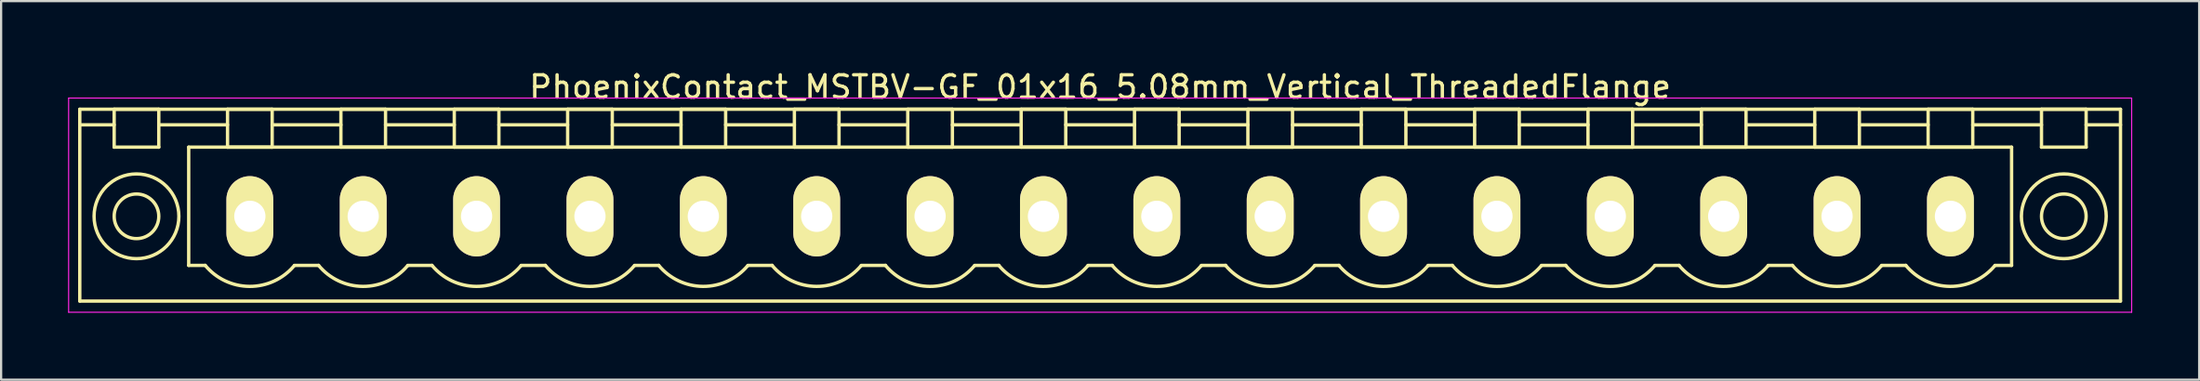
<source format=kicad_pcb>
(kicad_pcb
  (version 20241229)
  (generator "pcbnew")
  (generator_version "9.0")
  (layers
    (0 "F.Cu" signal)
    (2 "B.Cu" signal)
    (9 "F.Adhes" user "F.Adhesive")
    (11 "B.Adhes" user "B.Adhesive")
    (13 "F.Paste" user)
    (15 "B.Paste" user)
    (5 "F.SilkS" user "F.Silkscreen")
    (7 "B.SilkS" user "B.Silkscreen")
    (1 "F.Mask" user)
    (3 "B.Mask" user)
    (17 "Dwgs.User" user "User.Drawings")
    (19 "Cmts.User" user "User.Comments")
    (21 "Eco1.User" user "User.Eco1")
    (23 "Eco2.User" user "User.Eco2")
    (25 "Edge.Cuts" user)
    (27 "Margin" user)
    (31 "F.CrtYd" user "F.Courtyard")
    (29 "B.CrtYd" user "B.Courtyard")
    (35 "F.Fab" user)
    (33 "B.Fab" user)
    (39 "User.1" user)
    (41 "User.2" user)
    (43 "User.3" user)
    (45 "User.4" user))
  (footprint "PhoenixContact_MSTBV-GF_01x16_5.08mm_Vertical_ThreadedFlange"
    (layer "F.Cu")
    (at 8.145 6.648)
    (property "Reference" "PhoenixContact_MSTBV-GF_01x16_5.08mm_Vertical_ThreadedFlange" (at 38.1 -5.8 0) (layer "F.SilkS") (effects (font (size 1 1) (thickness 0.15))))
    (attr through_hole)
    (fp_line (start -7.62 -4.8) (end -7.62 3.8) (stroke (width 0.15) (type solid)) (layer "F.SilkS"))
    (fp_line (start -7.62 -4.1) (end -6.08 -4.1) (stroke (width 0.15) (type solid)) (layer "F.SilkS"))
    (fp_line (start -7.62 3.8) (end 83.82 3.8) (stroke (width 0.15) (type solid)) (layer "F.SilkS"))
    (fp_line (start -6.08 -4.8) (end -4.08 -4.8) (stroke (width 0.15) (type solid)) (layer "F.SilkS"))
    (fp_line (start -6.08 -3.1) (end -6.08 -4.8) (stroke (width 0.15) (type solid)) (layer "F.SilkS"))
    (fp_line (start -4.08 -4.8) (end -4.08 -3.1) (stroke (width 0.15) (type solid)) (layer "F.SilkS"))
    (fp_line (start -4.08 -4.1) (end -1 -4.1) (stroke (width 0.15) (type solid)) (layer "F.SilkS"))
    (fp_line (start -4.08 -3.1) (end -6.08 -3.1) (stroke (width 0.15) (type solid)) (layer "F.SilkS"))
    (fp_line (start -2.74 -3.1) (end 78.94 -3.1) (stroke (width 0.15) (type solid)) (layer "F.SilkS"))
    (fp_line (start -2.74 2.2) (end -2.74 -3.1) (stroke (width 0.15) (type solid)) (layer "F.SilkS"))
    (fp_line (start -2 2.2) (end -2.74 2.2) (stroke (width 0.15) (type solid)) (layer "F.SilkS"))
    (fp_line (start -1 -4.8) (end 1 -4.8) (stroke (width 0.15) (type solid)) (layer "F.SilkS"))
    (fp_line (start -1 -3.1) (end -1 -4.8) (stroke (width 0.15) (type solid)) (layer "F.SilkS"))
    (fp_line (start 1 -4.8) (end 1 -3.1) (stroke (width 0.15) (type solid)) (layer "F.SilkS"))
    (fp_line (start 1 -4.1) (end 4.08 -4.1) (stroke (width 0.15) (type solid)) (layer "F.SilkS"))
    (fp_line (start 1 -3.1) (end -1 -3.1) (stroke (width 0.15) (type solid)) (layer "F.SilkS"))
    (fp_line (start 2 2.2) (end 3.08 2.2) (stroke (width 0.15) (type solid)) (layer "F.SilkS"))
    (fp_line (start 4.08 -4.8) (end 6.08 -4.8) (stroke (width 0.15) (type solid)) (layer "F.SilkS"))
    (fp_line (start 4.08 -3.1) (end 4.08 -4.8) (stroke (width 0.15) (type solid)) (layer "F.SilkS"))
    (fp_line (start 6.08 -4.8) (end 6.08 -3.1) (stroke (width 0.15) (type solid)) (layer "F.SilkS"))
    (fp_line (start 6.08 -4.1) (end 9.16 -4.1) (stroke (width 0.15) (type solid)) (layer "F.SilkS"))
    (fp_line (start 6.08 -3.1) (end 4.08 -3.1) (stroke (width 0.15) (type solid)) (layer "F.SilkS"))
    (fp_line (start 7.08 2.2) (end 8.16 2.2) (stroke (width 0.15) (type solid)) (layer "F.SilkS"))
    (fp_line (start 9.16 -4.8) (end 11.16 -4.8) (stroke (width 0.15) (type solid)) (layer "F.SilkS"))
    (fp_line (start 9.16 -3.1) (end 9.16 -4.8) (stroke (width 0.15) (type solid)) (layer "F.SilkS"))
    (fp_line (start 11.16 -4.8) (end 11.16 -3.1) (stroke (width 0.15) (type solid)) (layer "F.SilkS"))
    (fp_line (start 11.16 -4.1) (end 14.24 -4.1) (stroke (width 0.15) (type solid)) (layer "F.SilkS"))
    (fp_line (start 11.16 -3.1) (end 9.16 -3.1) (stroke (width 0.15) (type solid)) (layer "F.SilkS"))
    (fp_line (start 12.16 2.2) (end 13.24 2.2) (stroke (width 0.15) (type solid)) (layer "F.SilkS"))
    (fp_line (start 14.24 -4.8) (end 16.24 -4.8) (stroke (width 0.15) (type solid)) (layer "F.SilkS"))
    (fp_line (start 14.24 -3.1) (end 14.24 -4.8) (stroke (width 0.15) (type solid)) (layer "F.SilkS"))
    (fp_line (start 16.24 -4.8) (end 16.24 -3.1) (stroke (width 0.15) (type solid)) (layer "F.SilkS"))
    (fp_line (start 16.24 -4.1) (end 19.32 -4.1) (stroke (width 0.15) (type solid)) (layer "F.SilkS"))
    (fp_line (start 16.24 -3.1) (end 14.24 -3.1) (stroke (width 0.15) (type solid)) (layer "F.SilkS"))
    (fp_line (start 17.24 2.2) (end 18.32 2.2) (stroke (width 0.15) (type solid)) (layer "F.SilkS"))
    (fp_line (start 19.32 -4.8) (end 21.32 -4.8) (stroke (width 0.15) (type solid)) (layer "F.SilkS"))
    (fp_line (start 19.32 -3.1) (end 19.32 -4.8) (stroke (width 0.15) (type solid)) (layer "F.SilkS"))
    (fp_line (start 21.32 -4.8) (end 21.32 -3.1) (stroke (width 0.15) (type solid)) (layer "F.SilkS"))
    (fp_line (start 21.32 -4.1) (end 24.4 -4.1) (stroke (width 0.15) (type solid)) (layer "F.SilkS"))
    (fp_line (start 21.32 -3.1) (end 19.32 -3.1) (stroke (width 0.15) (type solid)) (layer "F.SilkS"))
    (fp_line (start 22.32 2.2) (end 23.4 2.2) (stroke (width 0.15) (type solid)) (layer "F.SilkS"))
    (fp_line (start 24.4 -4.8) (end 26.4 -4.8) (stroke (width 0.15) (type solid)) (layer "F.SilkS"))
    (fp_line (start 24.4 -3.1) (end 24.4 -4.8) (stroke (width 0.15) (type solid)) (layer "F.SilkS"))
    (fp_line (start 26.4 -4.8) (end 26.4 -3.1) (stroke (width 0.15) (type solid)) (layer "F.SilkS"))
    (fp_line (start 26.4 -4.1) (end 29.48 -4.1) (stroke (width 0.15) (type solid)) (layer "F.SilkS"))
    (fp_line (start 26.4 -3.1) (end 24.4 -3.1) (stroke (width 0.15) (type solid)) (layer "F.SilkS"))
    (fp_line (start 27.4 2.2) (end 28.48 2.2) (stroke (width 0.15) (type solid)) (layer "F.SilkS"))
    (fp_line (start 29.48 -4.8) (end 31.48 -4.8) (stroke (width 0.15) (type solid)) (layer "F.SilkS"))
    (fp_line (start 29.48 -3.1) (end 29.48 -4.8) (stroke (width 0.15) (type solid)) (layer "F.SilkS"))
    (fp_line (start 31.48 -4.8) (end 31.48 -3.1) (stroke (width 0.15) (type solid)) (layer "F.SilkS"))
    (fp_line (start 31.48 -4.1) (end 34.56 -4.1) (stroke (width 0.15) (type solid)) (layer "F.SilkS"))
    (fp_line (start 31.48 -3.1) (end 29.48 -3.1) (stroke (width 0.15) (type solid)) (layer "F.SilkS"))
    (fp_line (start 32.48 2.2) (end 33.56 2.2) (stroke (width 0.15) (type solid)) (layer "F.SilkS"))
    (fp_line (start 34.56 -4.8) (end 36.56 -4.8) (stroke (width 0.15) (type solid)) (layer "F.SilkS"))
    (fp_line (start 34.56 -3.1) (end 34.56 -4.8) (stroke (width 0.15) (type solid)) (layer "F.SilkS"))
    (fp_line (start 36.56 -4.8) (end 36.56 -3.1) (stroke (width 0.15) (type solid)) (layer "F.SilkS"))
    (fp_line (start 36.56 -4.1) (end 39.64 -4.1) (stroke (width 0.15) (type solid)) (layer "F.SilkS"))
    (fp_line (start 36.56 -3.1) (end 34.56 -3.1) (stroke (width 0.15) (type solid)) (layer "F.SilkS"))
    (fp_line (start 37.56 2.2) (end 38.64 2.2) (stroke (width 0.15) (type solid)) (layer "F.SilkS"))
    (fp_line (start 39.64 -4.8) (end 41.64 -4.8) (stroke (width 0.15) (type solid)) (layer "F.SilkS"))
    (fp_line (start 39.64 -3.1) (end 39.64 -4.8) (stroke (width 0.15) (type solid)) (layer "F.SilkS"))
    (fp_line (start 41.64 -4.8) (end 41.64 -3.1) (stroke (width 0.15) (type solid)) (layer "F.SilkS"))
    (fp_line (start 41.64 -4.1) (end 44.72 -4.1) (stroke (width 0.15) (type solid)) (layer "F.SilkS"))
    (fp_line (start 41.64 -3.1) (end 39.64 -3.1) (stroke (width 0.15) (type solid)) (layer "F.SilkS"))
    (fp_line (start 42.64 2.2) (end 43.72 2.2) (stroke (width 0.15) (type solid)) (layer "F.SilkS"))
    (fp_line (start 44.72 -4.8) (end 46.72 -4.8) (stroke (width 0.15) (type solid)) (layer "F.SilkS"))
    (fp_line (start 44.72 -3.1) (end 44.72 -4.8) (stroke (width 0.15) (type solid)) (layer "F.SilkS"))
    (fp_line (start 46.72 -4.8) (end 46.72 -3.1) (stroke (width 0.15) (type solid)) (layer "F.SilkS"))
    (fp_line (start 46.72 -4.1) (end 49.8 -4.1) (stroke (width 0.15) (type solid)) (layer "F.SilkS"))
    (fp_line (start 46.72 -3.1) (end 44.72 -3.1) (stroke (width 0.15) (type solid)) (layer "F.SilkS"))
    (fp_line (start 47.72 2.2) (end 48.8 2.2) (stroke (width 0.15) (type solid)) (layer "F.SilkS"))
    (fp_line (start 49.8 -4.8) (end 51.8 -4.8) (stroke (width 0.15) (type solid)) (layer "F.SilkS"))
    (fp_line (start 49.8 -3.1) (end 49.8 -4.8) (stroke (width 0.15) (type solid)) (layer "F.SilkS"))
    (fp_line (start 51.8 -4.8) (end 51.8 -3.1) (stroke (width 0.15) (type solid)) (layer "F.SilkS"))
    (fp_line (start 51.8 -4.1) (end 54.88 -4.1) (stroke (width 0.15) (type solid)) (layer "F.SilkS"))
    (fp_line (start 51.8 -3.1) (end 49.8 -3.1) (stroke (width 0.15) (type solid)) (layer "F.SilkS"))
    (fp_line (start 52.8 2.2) (end 53.88 2.2) (stroke (width 0.15) (type solid)) (layer "F.SilkS"))
    (fp_line (start 54.88 -4.8) (end 56.88 -4.8) (stroke (width 0.15) (type solid)) (layer "F.SilkS"))
    (fp_line (start 54.88 -3.1) (end 54.88 -4.8) (stroke (width 0.15) (type solid)) (layer "F.SilkS"))
    (fp_line (start 56.88 -4.8) (end 56.88 -3.1) (stroke (width 0.15) (type solid)) (layer "F.SilkS"))
    (fp_line (start 56.88 -4.1) (end 59.96 -4.1) (stroke (width 0.15) (type solid)) (layer "F.SilkS"))
    (fp_line (start 56.88 -3.1) (end 54.88 -3.1) (stroke (width 0.15) (type solid)) (layer "F.SilkS"))
    (fp_line (start 57.88 2.2) (end 58.96 2.2) (stroke (width 0.15) (type solid)) (layer "F.SilkS"))
    (fp_line (start 59.96 -4.8) (end 61.96 -4.8) (stroke (width 0.15) (type solid)) (layer "F.SilkS"))
    (fp_line (start 59.96 -3.1) (end 59.96 -4.8) (stroke (width 0.15) (type solid)) (layer "F.SilkS"))
    (fp_line (start 61.96 -4.8) (end 61.96 -3.1) (stroke (width 0.15) (type solid)) (layer "F.SilkS"))
    (fp_line (start 61.96 -4.1) (end 65.04 -4.1) (stroke (width 0.15) (type solid)) (layer "F.SilkS"))
    (fp_line (start 61.96 -3.1) (end 59.96 -3.1) (stroke (width 0.15) (type solid)) (layer "F.SilkS"))
    (fp_line (start 62.96 2.2) (end 64.04 2.2) (stroke (width 0.15) (type solid)) (layer "F.SilkS"))
    (fp_line (start 65.04 -4.8) (end 67.04 -4.8) (stroke (width 0.15) (type solid)) (layer "F.SilkS"))
    (fp_line (start 65.04 -3.1) (end 65.04 -4.8) (stroke (width 0.15) (type solid)) (layer "F.SilkS"))
    (fp_line (start 67.04 -4.8) (end 67.04 -3.1) (stroke (width 0.15) (type solid)) (layer "F.SilkS"))
    (fp_line (start 67.04 -4.1) (end 70.12 -4.1) (stroke (width 0.15) (type solid)) (layer "F.SilkS"))
    (fp_line (start 67.04 -3.1) (end 65.04 -3.1) (stroke (width 0.15) (type solid)) (layer "F.SilkS"))
    (fp_line (start 68.04 2.2) (end 69.12 2.2) (stroke (width 0.15) (type solid)) (layer "F.SilkS"))
    (fp_line (start 70.12 -4.8) (end 72.12 -4.8) (stroke (width 0.15) (type solid)) (layer "F.SilkS"))
    (fp_line (start 70.12 -3.1) (end 70.12 -4.8) (stroke (width 0.15) (type solid)) (layer "F.SilkS"))
    (fp_line (start 72.12 -4.8) (end 72.12 -3.1) (stroke (width 0.15) (type solid)) (layer "F.SilkS"))
    (fp_line (start 72.12 -4.1) (end 75.2 -4.1) (stroke (width 0.15) (type solid)) (layer "F.SilkS"))
    (fp_line (start 72.12 -3.1) (end 70.12 -3.1) (stroke (width 0.15) (type solid)) (layer "F.SilkS"))
    (fp_line (start 73.12 2.2) (end 74.2 2.2) (stroke (width 0.15) (type solid)) (layer "F.SilkS"))
    (fp_line (start 75.2 -4.8) (end 77.2 -4.8) (stroke (width 0.15) (type solid)) (layer "F.SilkS"))
    (fp_line (start 75.2 -3.1) (end 75.2 -4.8) (stroke (width 0.15) (type solid)) (layer "F.SilkS"))
    (fp_line (start 77.2 -4.8) (end 77.2 -3.1) (stroke (width 0.15) (type solid)) (layer "F.SilkS"))
    (fp_line (start 77.2 -4.1) (end 80.28 -4.1) (stroke (width 0.15) (type solid)) (layer "F.SilkS"))
    (fp_line (start 77.2 -3.1) (end 75.2 -3.1) (stroke (width 0.15) (type solid)) (layer "F.SilkS"))
    (fp_line (start 78.94 -3.1) (end 78.94 2.2) (stroke (width 0.15) (type solid)) (layer "F.SilkS"))
    (fp_line (start 78.94 2.2) (end 78.2 2.2) (stroke (width 0.15) (type solid)) (layer "F.SilkS"))
    (fp_line (start 80.28 -4.8) (end 82.28 -4.8) (stroke (width 0.15) (type solid)) (layer "F.SilkS"))
    (fp_line (start 80.28 -3.1) (end 80.28 -4.8) (stroke (width 0.15) (type solid)) (layer "F.SilkS"))
    (fp_line (start 82.28 -4.8) (end 82.28 -3.1) (stroke (width 0.15) (type solid)) (layer "F.SilkS"))
    (fp_line (start 82.28 -3.1) (end 80.28 -3.1) (stroke (width 0.15) (type solid)) (layer "F.SilkS"))
    (fp_line (start 83.82 -4.8) (end -7.62 -4.8) (stroke (width 0.15) (type solid)) (layer "F.SilkS"))
    (fp_line (start 83.82 -4.1) (end 82.28 -4.1) (stroke (width 0.15) (type solid)) (layer "F.SilkS"))
    (fp_line (start 83.82 3.8) (end 83.82 -4.8) (stroke (width 0.15) (type solid)) (layer "F.SilkS"))
    (fp_arc (start 1.986842 2.215821) (mid -0.010289 3.142758) (end -2 2.2) (stroke (width 0.15) (type solid)) (layer "F.SilkS"))
    (fp_arc (start 7.066842 2.215821) (mid 5.069711 3.142758) (end 3.08 2.2) (stroke (width 0.15) (type solid)) (layer "F.SilkS"))
    (fp_arc (start 12.146842 2.215821) (mid 10.149711 3.142758) (end 8.16 2.2) (stroke (width 0.15) (type solid)) (layer "F.SilkS"))
    (fp_arc (start 17.226842 2.215821) (mid 15.229711 3.142758) (end 13.24 2.2) (stroke (width 0.15) (type solid)) (layer "F.SilkS"))
    (fp_arc (start 22.306842 2.215821) (mid 20.309711 3.142758) (end 18.32 2.2) (stroke (width 0.15) (type solid)) (layer "F.SilkS"))
    (fp_arc (start 27.386842 2.215821) (mid 25.389711 3.142758) (end 23.4 2.2) (stroke (width 0.15) (type solid)) (layer "F.SilkS"))
    (fp_arc (start 32.466842 2.215821) (mid 30.469711 3.142758) (end 28.48 2.2) (stroke (width 0.15) (type solid)) (layer "F.SilkS"))
    (fp_arc (start 37.546842 2.215821) (mid 35.549711 3.142758) (end 33.56 2.2) (stroke (width 0.15) (type solid)) (layer "F.SilkS"))
    (fp_arc (start 42.626842 2.215821) (mid 40.629711 3.142758) (end 38.64 2.2) (stroke (width 0.15) (type solid)) (layer "F.SilkS"))
    (fp_arc (start 47.706842 2.215821) (mid 45.709711 3.142758) (end 43.72 2.2) (stroke (width 0.15) (type solid)) (layer "F.SilkS"))
    (fp_arc (start 52.786842 2.215821) (mid 50.789711 3.142758) (end 48.8 2.2) (stroke (width 0.15) (type solid)) (layer "F.SilkS"))
    (fp_arc (start 57.866842 2.215821) (mid 55.869711 3.142758) (end 53.88 2.2) (stroke (width 0.15) (type solid)) (layer "F.SilkS"))
    (fp_arc (start 62.946842 2.215821) (mid 60.949711 3.142758) (end 58.96 2.2) (stroke (width 0.15) (type solid)) (layer "F.SilkS"))
    (fp_arc (start 68.026842 2.215821) (mid 66.029711 3.142758) (end 64.04 2.2) (stroke (width 0.15) (type solid)) (layer "F.SilkS"))
    (fp_arc (start 73.106842 2.215821) (mid 71.109711 3.142758) (end 69.12 2.2) (stroke (width 0.15) (type solid)) (layer "F.SilkS"))
    (fp_arc (start 78.186842 2.215821) (mid 76.189711 3.142758) (end 74.2 2.2) (stroke (width 0.15) (type solid)) (layer "F.SilkS"))
    (fp_circle (center -5.08 0) (end -4.08 0) (stroke (width 0.15) (type solid)) (fill no) (layer "F.SilkS"))
    (fp_circle (center -5.08 0) (end -3.18 0) (stroke (width 0.15) (type solid)) (fill no) (layer "F.SilkS"))
    (fp_circle (center 81.28 0) (end 82.28 0) (stroke (width 0.15) (type solid)) (fill no) (layer "F.SilkS"))
    (fp_circle (center 81.28 0) (end 83.18 0) (stroke (width 0.15) (type solid)) (fill no) (layer "F.SilkS"))
    (fp_line (start -8.12 -5.3) (end -8.12 4.3) (stroke (width 0.05) (type solid)) (layer "F.CrtYd"))
    (fp_line (start -8.12 4.3) (end 84.32 4.3) (stroke (width 0.05) (type solid)) (layer "F.CrtYd"))
    (fp_line (start 84.32 -5.3) (end -8.12 -5.3) (stroke (width 0.05) (type solid)) (layer "F.CrtYd"))
    (fp_line (start 84.32 4.3) (end 84.32 -5.3) (stroke (width 0.05) (type solid)) (layer "F.CrtYd"))
    (pad "1" thru_hole oval (at 0 0) (size 2.1 3.6) (drill 1.4) (layers "*.Cu" "*.Mask" "F.SilkS"))
    (pad "2" thru_hole oval (at 5.08 0) (size 2.1 3.6) (drill 1.4) (layers "*.Cu" "*.Mask" "F.SilkS"))
    (pad "3" thru_hole oval (at 10.16 0) (size 2.1 3.6) (drill 1.4) (layers "*.Cu" "*.Mask" "F.SilkS"))
    (pad "4" thru_hole oval (at 15.24 0) (size 2.1 3.6) (drill 1.4) (layers "*.Cu" "*.Mask" "F.SilkS"))
    (pad "5" thru_hole oval (at 20.32 0) (size 2.1 3.6) (drill 1.4) (layers "*.Cu" "*.Mask" "F.SilkS"))
    (pad "6" thru_hole oval (at 25.4 0) (size 2.1 3.6) (drill 1.4) (layers "*.Cu" "*.Mask" "F.SilkS"))
    (pad "7" thru_hole oval (at 30.48 0) (size 2.1 3.6) (drill 1.4) (layers "*.Cu" "*.Mask" "F.SilkS"))
    (pad "8" thru_hole oval (at 35.56 0) (size 2.1 3.6) (drill 1.4) (layers "*.Cu" "*.Mask" "F.SilkS"))
    (pad "9" thru_hole oval (at 40.64 0) (size 2.1 3.6) (drill 1.4) (layers "*.Cu" "*.Mask" "F.SilkS"))
    (pad "10" thru_hole oval (at 45.72 0) (size 2.1 3.6) (drill 1.4) (layers "*.Cu" "*.Mask" "F.SilkS"))
    (pad "11" thru_hole oval (at 50.8 0) (size 2.1 3.6) (drill 1.4) (layers "*.Cu" "*.Mask" "F.SilkS"))
    (pad "12" thru_hole oval (at 55.88 0) (size 2.1 3.6) (drill 1.4) (layers "*.Cu" "*.Mask" "F.SilkS"))
    (pad "13" thru_hole oval (at 60.96 0) (size 2.1 3.6) (drill 1.4) (layers "*.Cu" "*.Mask" "F.SilkS"))
    (pad "14" thru_hole oval (at 66.04 0) (size 2.1 3.6) (drill 1.4) (layers "*.Cu" "*.Mask" "F.SilkS"))
    (pad "15" thru_hole oval (at 71.12 0) (size 2.1 3.6) (drill 1.4) (layers "*.Cu" "*.Mask" "F.SilkS"))
    (pad "16" thru_hole oval (at 76.2 0) (size 2.1 3.6) (drill 1.4) (layers "*.Cu" "*.Mask" "F.SilkS")))
  (gr_rect
    (start -3 -3)
    (end 95.49 13.973)
    (stroke (width 0.1) (type default))
    (fill no)
    (layer "Edge.Cuts")))
</source>
